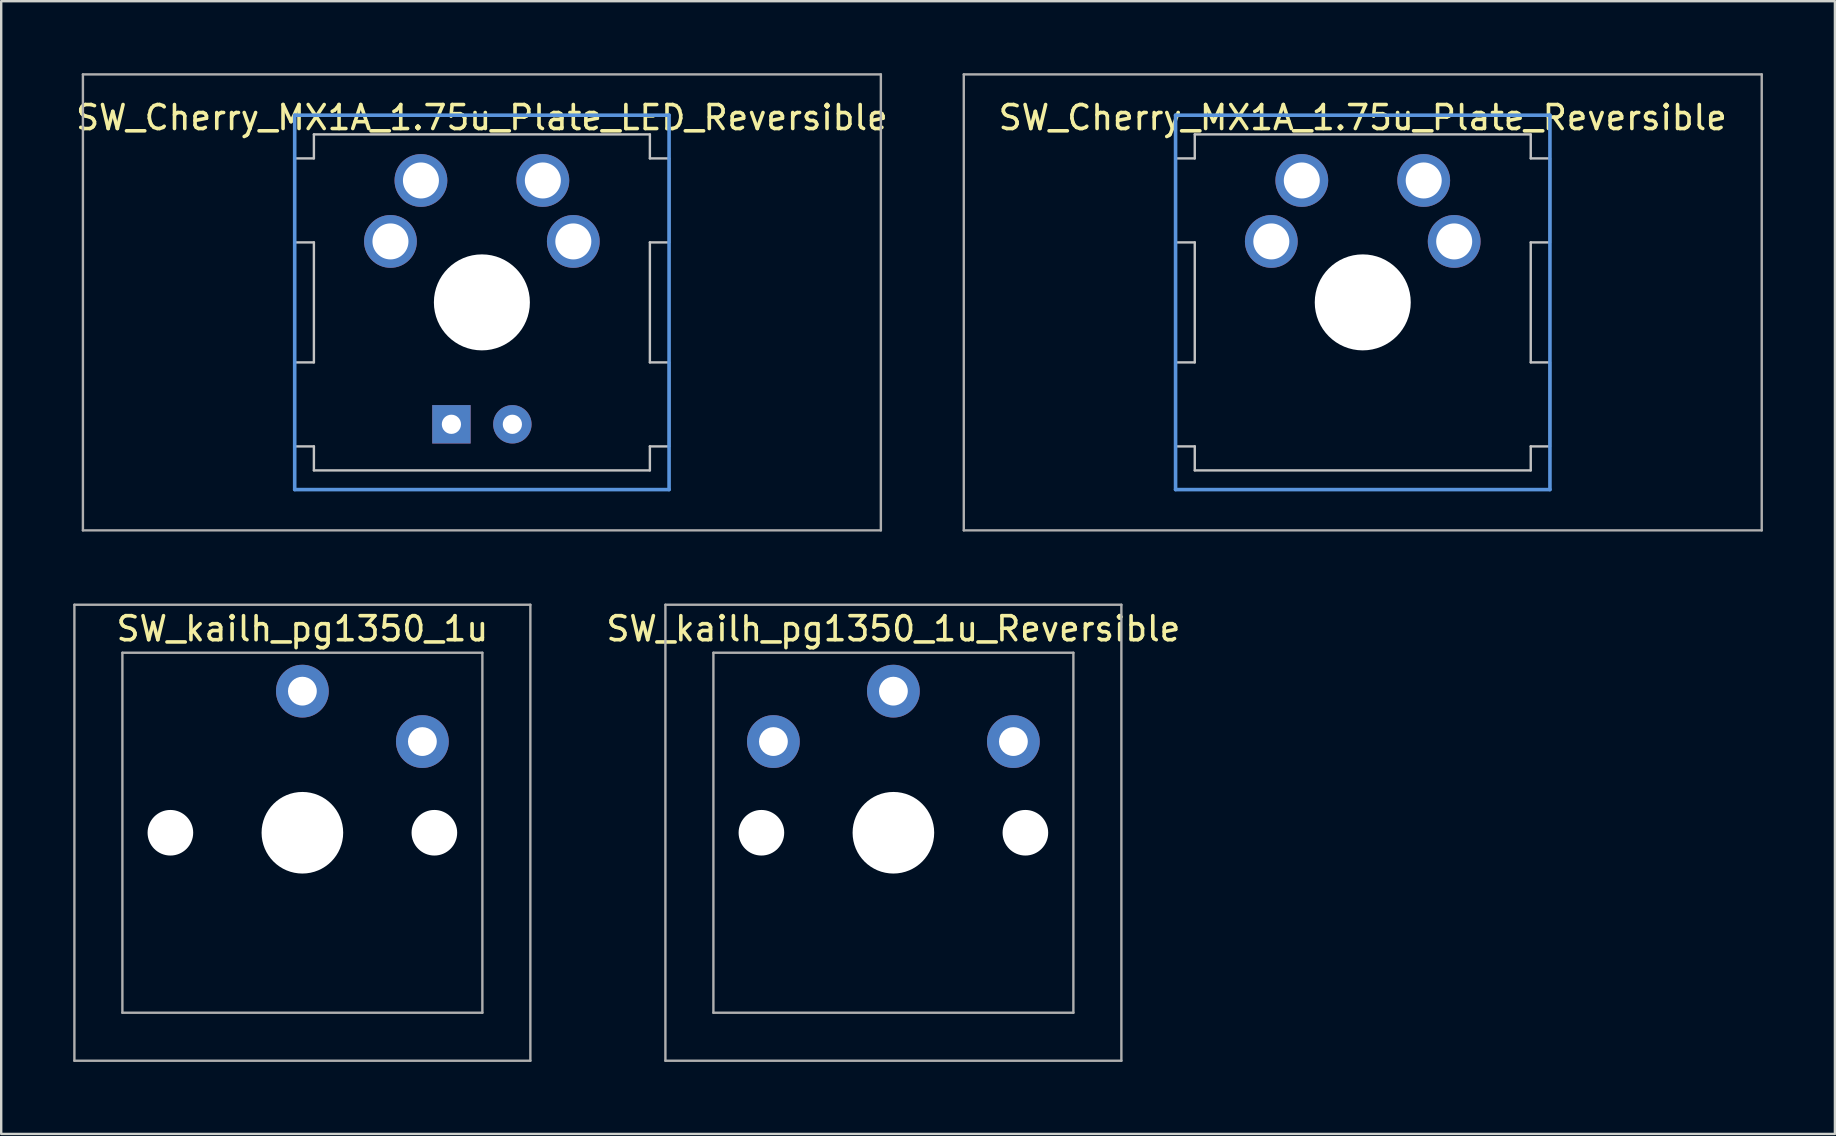
<source format=kicad_pcb>
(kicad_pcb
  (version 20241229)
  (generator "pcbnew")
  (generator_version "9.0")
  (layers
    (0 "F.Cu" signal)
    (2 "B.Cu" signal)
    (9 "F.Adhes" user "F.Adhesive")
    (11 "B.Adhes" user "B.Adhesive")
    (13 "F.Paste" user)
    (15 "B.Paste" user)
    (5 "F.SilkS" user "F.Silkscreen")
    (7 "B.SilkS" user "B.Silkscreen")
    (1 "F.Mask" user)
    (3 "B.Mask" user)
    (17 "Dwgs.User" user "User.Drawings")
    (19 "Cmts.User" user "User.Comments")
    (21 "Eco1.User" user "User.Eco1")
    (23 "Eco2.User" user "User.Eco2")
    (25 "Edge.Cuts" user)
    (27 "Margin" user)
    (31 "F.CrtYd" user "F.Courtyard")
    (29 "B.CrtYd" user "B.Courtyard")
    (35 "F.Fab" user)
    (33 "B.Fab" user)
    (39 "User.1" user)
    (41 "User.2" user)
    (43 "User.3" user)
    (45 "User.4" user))
  (footprint "SW_kailh_pg1350_1u"
    (layer "F.Cu")
    (at 9.55 31.65)
    (property "Reference" "SW_kailh_pg1350_1u" (at 0 -8.5 0) (layer "F.SilkS") (effects (font (size 1 1) (thickness 0.15))))
    (attr through_hole)
    (fp_line (start -9.5 -9.5) (end 9.5 -9.5) (stroke (width 0.1) (type solid)) (layer "F.Fab"))
    (fp_line (start -9.5 9.5) (end -9.5 -9.5) (stroke (width 0.1) (type solid)) (layer "F.Fab"))
    (fp_line (start -7.5 -7.5) (end 7.5 -7.5) (stroke (width 0.1) (type solid)) (layer "F.Fab"))
    (fp_line (start -7.5 7.5) (end -7.5 -7.5) (stroke (width 0.1) (type solid)) (layer "F.Fab"))
    (fp_line (start 7.5 -7.5) (end 7.5 7.5) (stroke (width 0.1) (type solid)) (layer "F.Fab"))
    (fp_line (start 7.5 7.5) (end -7.5 7.5) (stroke (width 0.1) (type solid)) (layer "F.Fab"))
    (fp_line (start 9.5 -9.5) (end 9.5 9.5) (stroke (width 0.1) (type solid)) (layer "F.Fab"))
    (fp_line (start 9.5 9.5) (end -9.5 9.5) (stroke (width 0.1) (type solid)) (layer "F.Fab"))
    (pad "" np_thru_hole circle (at -5.5 0) (size 1.9 1.9) (drill 1.9) (layers "*.Cu" "*.Mask"))
    (pad "" np_thru_hole circle (at 0 0) (size 3.4 3.4) (drill 3.4) (layers "*.Cu" "*.Mask"))
    (pad "" np_thru_hole circle (at 5.5 0) (size 1.9 1.9) (drill 1.9) (layers "*.Cu" "*.Mask"))
    (pad "1" thru_hole circle (at 0 -5.9) (size 2.2 2.2) (drill 1.2) (layers "*.Cu" "*.Mask"))
    (pad "2" thru_hole circle (at 5 -3.8) (size 2.2 2.2) (drill 1.2) (layers "*.Cu" "*.Mask")))
  (footprint "SW_Cherry_MX1A_1.75u_Plate_LED_Reversible"
    (layer "F.Cu")
    (at 17.03 9.55)
    (property "Reference" "SW_Cherry_MX1A_1.75u_Plate_LED_Reversible" (at 0 -7.7 0) (layer "F.SilkS") (effects (font (size 1 1) (thickness 0.15))))
    (attr through_hole)
    (fp_line (start -7.8 -6) (end -7 -6) (stroke (width 0.1) (type solid)) (layer "Dwgs.User"))
    (fp_line (start -7.8 -2.5) (end -7.8 -6) (stroke (width 0.1) (type solid)) (layer "Dwgs.User"))
    (fp_line (start -7.8 -2.5) (end -7 -2.5) (stroke (width 0.1) (type solid)) (layer "Dwgs.User"))
    (fp_line (start -7.8 2.5) (end -7 2.5) (stroke (width 0.1) (type solid)) (layer "Dwgs.User"))
    (fp_line (start -7.8 6) (end -7.8 2.5) (stroke (width 0.1) (type solid)) (layer "Dwgs.User"))
    (fp_line (start -7.8 6) (end -7 6) (stroke (width 0.1) (type solid)) (layer "Dwgs.User"))
    (fp_line (start -7 -7) (end 7 -7) (stroke (width 0.1) (type solid)) (layer "Dwgs.User"))
    (fp_line (start -7 -6) (end -7 -7) (stroke (width 0.1) (type solid)) (layer "Dwgs.User"))
    (fp_line (start -7 -2.5) (end -7 2.5) (stroke (width 0.1) (type solid)) (layer "Dwgs.User"))
    (fp_line (start -7 7) (end -7 6) (stroke (width 0.1) (type solid)) (layer "Dwgs.User"))
    (fp_line (start -7 7) (end 7 7) (stroke (width 0.1) (type solid)) (layer "Dwgs.User"))
    (fp_line (start 7 -6) (end 7 -7) (stroke (width 0.1) (type solid)) (layer "Dwgs.User"))
    (fp_line (start 7 -6) (end 7.8 -6) (stroke (width 0.1) (type solid)) (layer "Dwgs.User"))
    (fp_line (start 7 -2.5) (end 7 2.5) (stroke (width 0.1) (type solid)) (layer "Dwgs.User"))
    (fp_line (start 7 -2.5) (end 7.8 -2.5) (stroke (width 0.1) (type solid)) (layer "Dwgs.User"))
    (fp_line (start 7 2.5) (end 7.8 2.5) (stroke (width 0.1) (type solid)) (layer "Dwgs.User"))
    (fp_line (start 7 6) (end 7.8 6) (stroke (width 0.1) (type solid)) (layer "Dwgs.User"))
    (fp_line (start 7 7) (end 7 6) (stroke (width 0.1) (type solid)) (layer "Dwgs.User"))
    (fp_line (start 7.8 -2.5) (end 7.8 -6) (stroke (width 0.1) (type solid)) (layer "Dwgs.User"))
    (fp_line (start 7.8 6) (end 7.8 2.5) (stroke (width 0.1) (type solid)) (layer "Dwgs.User"))
    (fp_line (start -7.8 -7.8) (end 7.8 -7.8) (stroke (width 0.15) (type solid)) (layer "Cmts.User"))
    (fp_line (start -7.8 7.8) (end -7.8 -7.8) (stroke (width 0.15) (type solid)) (layer "Cmts.User"))
    (fp_line (start 7.8 -7.8) (end 7.8 7.8) (stroke (width 0.15) (type solid)) (layer "Cmts.User"))
    (fp_line (start 7.8 7.8) (end -7.8 7.8) (stroke (width 0.15) (type solid)) (layer "Cmts.User"))
    (fp_line (start -16.625 -9.5) (end 16.625 -9.5) (stroke (width 0.1) (type solid)) (layer "F.Fab"))
    (fp_line (start -16.625 9.5) (end -16.625 -9.5) (stroke (width 0.1) (type solid)) (layer "F.Fab"))
    (fp_line (start 16.625 -9.5) (end 16.625 9.5) (stroke (width 0.1) (type solid)) (layer "F.Fab"))
    (fp_line (start 16.625 9.5) (end -16.625 9.5) (stroke (width 0.1) (type solid)) (layer "F.Fab"))
    (pad "" np_thru_hole circle (at 0 0) (size 4 4) (drill 4) (layers "*.Cu" "*.Mask"))
    (pad "1" thru_hole circle (at -3.81 -2.54) (size 2.2 2.2) (drill 1.5) (layers "*.Cu" "*.Mask"))
    (pad "1" thru_hole circle (at -2.54 -5.08) (size 2.2 2.2) (drill 1.5) (layers "*.Cu" "*.Mask"))
    (pad "2" thru_hole circle (at 2.54 -5.08) (size 2.2 2.2) (drill 1.5) (layers "*.Cu" "*.Mask"))
    (pad "2" thru_hole circle (at 3.81 -2.54) (size 2.2 2.2) (drill 1.5) (layers "*.Cu" "*.Mask"))
    (pad "3" thru_hole rect (at -1.27 5.08) (size 1.6 1.6) (drill 0.8) (layers "*.Cu" "*.Mask"))
    (pad "4" thru_hole circle (at 1.27 5.08) (size 1.6 1.6) (drill 0.8) (layers "*.Cu" "*.Mask")))
  (footprint "SW_kailh_pg1350_1u_Reversible"
    (layer "F.Cu")
    (at 34.177 31.65)
    (property "Reference" "SW_kailh_pg1350_1u_Reversible" (at 0 -8.5 0) (layer "F.SilkS") (effects (font (size 1 1) (thickness 0.15))))
    (attr through_hole)
    (fp_line (start -9.5 -9.5) (end 9.5 -9.5) (stroke (width 0.1) (type solid)) (layer "F.Fab"))
    (fp_line (start -9.5 9.5) (end -9.5 -9.5) (stroke (width 0.1) (type solid)) (layer "F.Fab"))
    (fp_line (start -7.5 -7.5) (end 7.5 -7.5) (stroke (width 0.1) (type solid)) (layer "F.Fab"))
    (fp_line (start -7.5 7.5) (end -7.5 -7.5) (stroke (width 0.1) (type solid)) (layer "F.Fab"))
    (fp_line (start 7.5 -7.5) (end 7.5 7.5) (stroke (width 0.1) (type solid)) (layer "F.Fab"))
    (fp_line (start 7.5 7.5) (end -7.5 7.5) (stroke (width 0.1) (type solid)) (layer "F.Fab"))
    (fp_line (start 9.5 -9.5) (end 9.5 9.5) (stroke (width 0.1) (type solid)) (layer "F.Fab"))
    (fp_line (start 9.5 9.5) (end -9.5 9.5) (stroke (width 0.1) (type solid)) (layer "F.Fab"))
    (pad "" np_thru_hole circle (at -5.5 0) (size 1.9 1.9) (drill 1.9) (layers "*.Cu" "*.Mask"))
    (pad "" np_thru_hole circle (at 0 0) (size 3.4 3.4) (drill 3.4) (layers "*.Cu" "*.Mask"))
    (pad "" np_thru_hole circle (at 5.5 0) (size 1.9 1.9) (drill 1.9) (layers "*.Cu" "*.Mask"))
    (pad "1" thru_hole circle (at 0 -5.9) (size 2.2 2.2) (drill 1.2) (layers "*.Cu" "*.Mask"))
    (pad "2" thru_hole circle (at -5 -3.8) (size 2.2 2.2) (drill 1.2) (layers "*.Cu" "*.Mask"))
    (pad "2" thru_hole circle (at 5 -3.8) (size 2.2 2.2) (drill 1.2) (layers "*.Cu" "*.Mask")))
  (footprint "SW_Cherry_MX1A_1.75u_Plate_Reversible"
    (layer "F.Cu")
    (at 53.735 9.55)
    (property "Reference" "SW_Cherry_MX1A_1.75u_Plate_Reversible" (at 0 -7.7 0) (layer "F.SilkS") (effects (font (size 1 1) (thickness 0.15))))
    (attr through_hole)
    (fp_line (start -7.8 -6) (end -7 -6) (stroke (width 0.1) (type solid)) (layer "Dwgs.User"))
    (fp_line (start -7.8 -2.5) (end -7.8 -6) (stroke (width 0.1) (type solid)) (layer "Dwgs.User"))
    (fp_line (start -7.8 -2.5) (end -7 -2.5) (stroke (width 0.1) (type solid)) (layer "Dwgs.User"))
    (fp_line (start -7.8 2.5) (end -7 2.5) (stroke (width 0.1) (type solid)) (layer "Dwgs.User"))
    (fp_line (start -7.8 6) (end -7.8 2.5) (stroke (width 0.1) (type solid)) (layer "Dwgs.User"))
    (fp_line (start -7.8 6) (end -7 6) (stroke (width 0.1) (type solid)) (layer "Dwgs.User"))
    (fp_line (start -7 -7) (end 7 -7) (stroke (width 0.1) (type solid)) (layer "Dwgs.User"))
    (fp_line (start -7 -6) (end -7 -7) (stroke (width 0.1) (type solid)) (layer "Dwgs.User"))
    (fp_line (start -7 -2.5) (end -7 2.5) (stroke (width 0.1) (type solid)) (layer "Dwgs.User"))
    (fp_line (start -7 7) (end -7 6) (stroke (width 0.1) (type solid)) (layer "Dwgs.User"))
    (fp_line (start -7 7) (end 7 7) (stroke (width 0.1) (type solid)) (layer "Dwgs.User"))
    (fp_line (start 7 -6) (end 7 -7) (stroke (width 0.1) (type solid)) (layer "Dwgs.User"))
    (fp_line (start 7 -6) (end 7.8 -6) (stroke (width 0.1) (type solid)) (layer "Dwgs.User"))
    (fp_line (start 7 -2.5) (end 7 2.5) (stroke (width 0.1) (type solid)) (layer "Dwgs.User"))
    (fp_line (start 7 -2.5) (end 7.8 -2.5) (stroke (width 0.1) (type solid)) (layer "Dwgs.User"))
    (fp_line (start 7 2.5) (end 7.8 2.5) (stroke (width 0.1) (type solid)) (layer "Dwgs.User"))
    (fp_line (start 7 6) (end 7.8 6) (stroke (width 0.1) (type solid)) (layer "Dwgs.User"))
    (fp_line (start 7 7) (end 7 6) (stroke (width 0.1) (type solid)) (layer "Dwgs.User"))
    (fp_line (start 7.8 -2.5) (end 7.8 -6) (stroke (width 0.1) (type solid)) (layer "Dwgs.User"))
    (fp_line (start 7.8 6) (end 7.8 2.5) (stroke (width 0.1) (type solid)) (layer "Dwgs.User"))
    (fp_line (start -7.8 -7.8) (end 7.8 -7.8) (stroke (width 0.15) (type solid)) (layer "Cmts.User"))
    (fp_line (start -7.8 7.8) (end -7.8 -7.8) (stroke (width 0.15) (type solid)) (layer "Cmts.User"))
    (fp_line (start 7.8 -7.8) (end 7.8 7.8) (stroke (width 0.15) (type solid)) (layer "Cmts.User"))
    (fp_line (start 7.8 7.8) (end -7.8 7.8) (stroke (width 0.15) (type solid)) (layer "Cmts.User"))
    (fp_line (start -16.625 -9.5) (end 16.625 -9.5) (stroke (width 0.1) (type solid)) (layer "F.Fab"))
    (fp_line (start -16.625 9.5) (end -16.625 -9.5) (stroke (width 0.1) (type solid)) (layer "F.Fab"))
    (fp_line (start 16.625 -9.5) (end 16.625 9.5) (stroke (width 0.1) (type solid)) (layer "F.Fab"))
    (fp_line (start 16.625 9.5) (end -16.625 9.5) (stroke (width 0.1) (type solid)) (layer "F.Fab"))
    (pad "" np_thru_hole circle (at 0 0) (size 4 4) (drill 4) (layers "*.Cu" "*.Mask"))
    (pad "1" thru_hole circle (at -3.81 -2.54) (size 2.2 2.2) (drill 1.5) (layers "*.Cu" "*.Mask"))
    (pad "1" thru_hole circle (at -2.54 -5.08) (size 2.2 2.2) (drill 1.5) (layers "*.Cu" "*.Mask"))
    (pad "2" thru_hole circle (at 2.54 -5.08) (size 2.2 2.2) (drill 1.5) (layers "*.Cu" "*.Mask"))
    (pad "2" thru_hole circle (at 3.81 -2.54) (size 2.2 2.2) (drill 1.5) (layers "*.Cu" "*.Mask")))
  (gr_rect
    (start -3 -3)
    (end 73.41 44.2)
    (stroke (width 0.1) (type default))
    (fill no)
    (layer "Edge.Cuts")))
</source>
